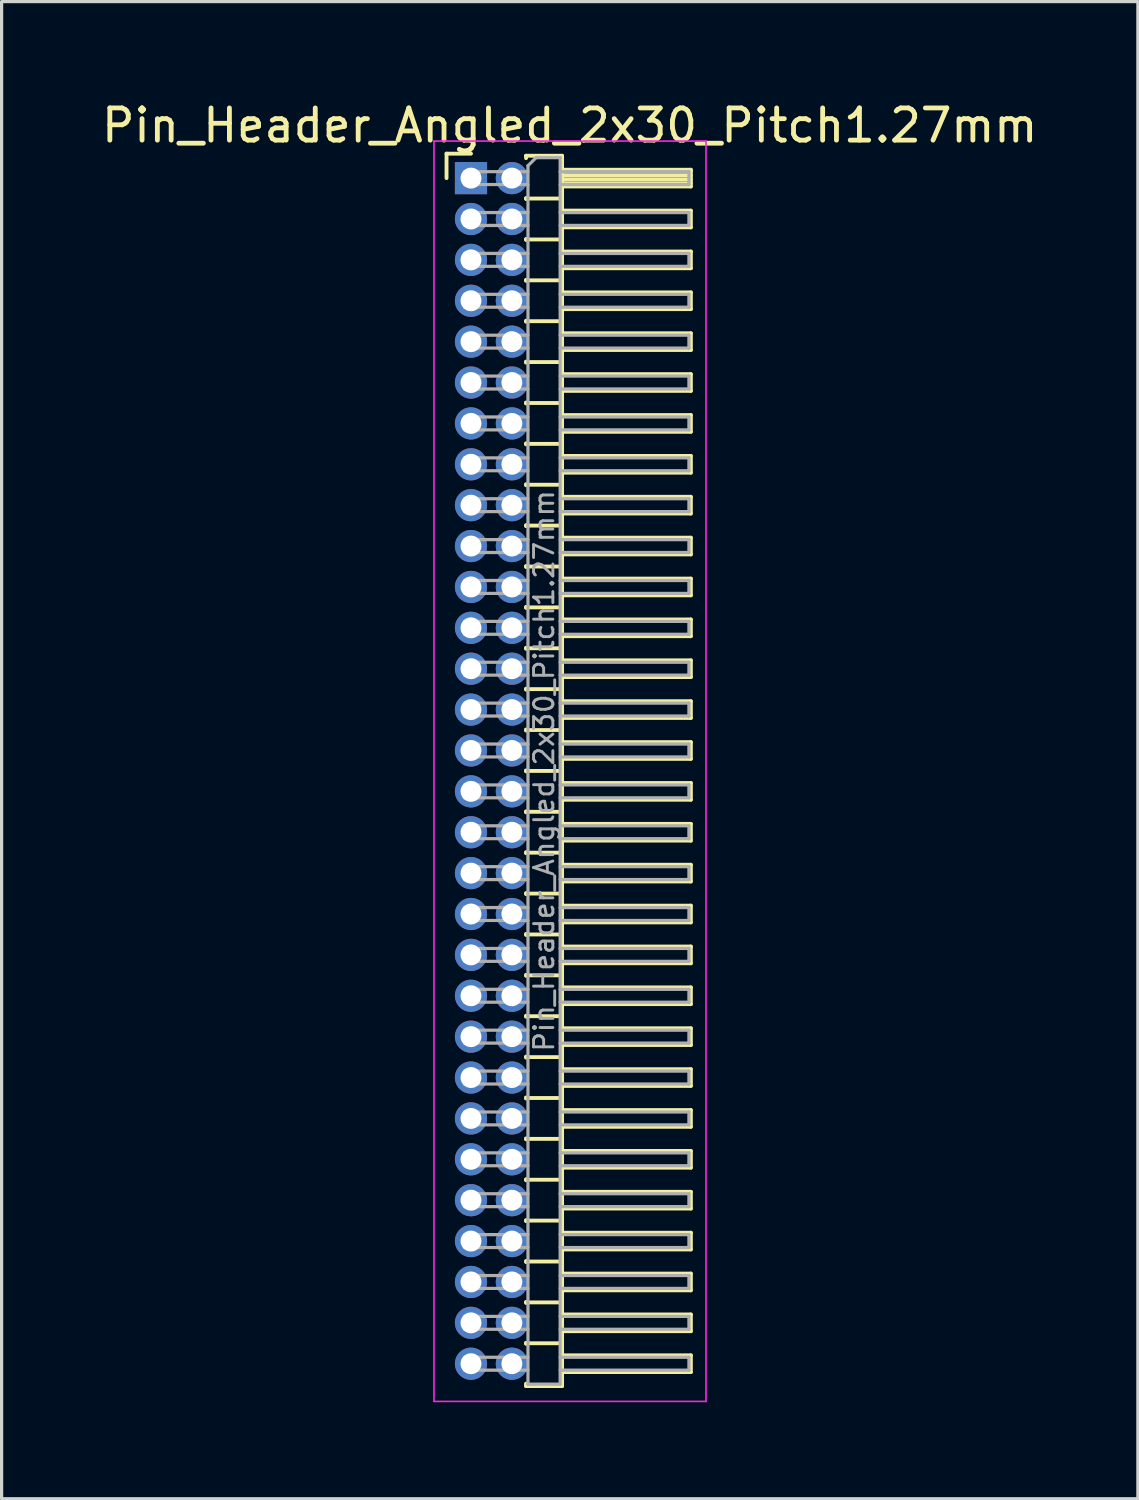
<source format=kicad_pcb>
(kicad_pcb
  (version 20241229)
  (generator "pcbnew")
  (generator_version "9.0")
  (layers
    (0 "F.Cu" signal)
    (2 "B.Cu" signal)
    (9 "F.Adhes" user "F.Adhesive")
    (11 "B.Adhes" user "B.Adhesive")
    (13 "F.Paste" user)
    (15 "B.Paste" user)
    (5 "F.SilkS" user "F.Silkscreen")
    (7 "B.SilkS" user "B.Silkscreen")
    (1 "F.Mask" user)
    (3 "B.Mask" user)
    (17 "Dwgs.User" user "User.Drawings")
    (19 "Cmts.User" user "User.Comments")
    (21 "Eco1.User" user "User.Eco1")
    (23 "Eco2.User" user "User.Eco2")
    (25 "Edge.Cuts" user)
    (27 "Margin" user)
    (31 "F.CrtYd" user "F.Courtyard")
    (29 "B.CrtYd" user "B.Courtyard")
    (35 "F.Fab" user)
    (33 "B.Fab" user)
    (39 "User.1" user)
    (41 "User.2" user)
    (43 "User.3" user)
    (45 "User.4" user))
  (footprint "Pin_Header_Angled_2x30_Pitch1.27mm"
    (layer "F.Cu")
    (at 11.581 2.483)
    (property "Reference" "Pin_Header_Angled_2x30_Pitch1.27mm" (at 3.067 -1.635 0) (layer "F.SilkS") (effects (font (size 1 1) (thickness 0.15))))
    (attr through_hole)
    (fp_line (start -0.76 -0.76) (end 0 -0.76) (stroke (width 0.12) (type solid)) (layer "F.SilkS"))
    (fp_line (start -0.76 0) (end -0.76 -0.76) (stroke (width 0.12) (type solid)) (layer "F.SilkS"))
    (fp_line (start 1.71 -0.695) (end 2.83 -0.695) (stroke (width 0.12) (type solid)) (layer "F.SilkS"))
    (fp_line (start 1.71 -0.62) (end 1.71 -0.695) (stroke (width 0.12) (type solid)) (layer "F.SilkS"))
    (fp_line (start 1.71 0.62) (end 1.71 0.65) (stroke (width 0.12) (type solid)) (layer "F.SilkS"))
    (fp_line (start 1.71 0.635) (end 2.83 0.635) (stroke (width 0.12) (type solid)) (layer "F.SilkS"))
    (fp_line (start 1.71 1.89) (end 1.71 1.92) (stroke (width 0.12) (type solid)) (layer "F.SilkS"))
    (fp_line (start 1.71 1.905) (end 2.83 1.905) (stroke (width 0.12) (type solid)) (layer "F.SilkS"))
    (fp_line (start 1.71 3.16) (end 1.71 3.19) (stroke (width 0.12) (type solid)) (layer "F.SilkS"))
    (fp_line (start 1.71 3.175) (end 2.83 3.175) (stroke (width 0.12) (type solid)) (layer "F.SilkS"))
    (fp_line (start 1.71 4.43) (end 1.71 4.46) (stroke (width 0.12) (type solid)) (layer "F.SilkS"))
    (fp_line (start 1.71 4.445) (end 2.83 4.445) (stroke (width 0.12) (type solid)) (layer "F.SilkS"))
    (fp_line (start 1.71 5.7) (end 1.71 5.73) (stroke (width 0.12) (type solid)) (layer "F.SilkS"))
    (fp_line (start 1.71 5.715) (end 2.83 5.715) (stroke (width 0.12) (type solid)) (layer "F.SilkS"))
    (fp_line (start 1.71 6.97) (end 1.71 7) (stroke (width 0.12) (type solid)) (layer "F.SilkS"))
    (fp_line (start 1.71 6.985) (end 2.83 6.985) (stroke (width 0.12) (type solid)) (layer "F.SilkS"))
    (fp_line (start 1.71 8.24) (end 1.71 8.27) (stroke (width 0.12) (type solid)) (layer "F.SilkS"))
    (fp_line (start 1.71 8.255) (end 2.83 8.255) (stroke (width 0.12) (type solid)) (layer "F.SilkS"))
    (fp_line (start 1.71 9.51) (end 1.71 9.54) (stroke (width 0.12) (type solid)) (layer "F.SilkS"))
    (fp_line (start 1.71 9.525) (end 2.83 9.525) (stroke (width 0.12) (type solid)) (layer "F.SilkS"))
    (fp_line (start 1.71 10.78) (end 1.71 10.81) (stroke (width 0.12) (type solid)) (layer "F.SilkS"))
    (fp_line (start 1.71 10.795) (end 2.83 10.795) (stroke (width 0.12) (type solid)) (layer "F.SilkS"))
    (fp_line (start 1.71 12.05) (end 1.71 12.08) (stroke (width 0.12) (type solid)) (layer "F.SilkS"))
    (fp_line (start 1.71 12.065) (end 2.83 12.065) (stroke (width 0.12) (type solid)) (layer "F.SilkS"))
    (fp_line (start 1.71 13.32) (end 1.71 13.35) (stroke (width 0.12) (type solid)) (layer "F.SilkS"))
    (fp_line (start 1.71 13.335) (end 2.83 13.335) (stroke (width 0.12) (type solid)) (layer "F.SilkS"))
    (fp_line (start 1.71 14.59) (end 1.71 14.62) (stroke (width 0.12) (type solid)) (layer "F.SilkS"))
    (fp_line (start 1.71 14.605) (end 2.83 14.605) (stroke (width 0.12) (type solid)) (layer "F.SilkS"))
    (fp_line (start 1.71 15.86) (end 1.71 15.89) (stroke (width 0.12) (type solid)) (layer "F.SilkS"))
    (fp_line (start 1.71 15.875) (end 2.83 15.875) (stroke (width 0.12) (type solid)) (layer "F.SilkS"))
    (fp_line (start 1.71 17.13) (end 1.71 17.16) (stroke (width 0.12) (type solid)) (layer "F.SilkS"))
    (fp_line (start 1.71 17.145) (end 2.83 17.145) (stroke (width 0.12) (type solid)) (layer "F.SilkS"))
    (fp_line (start 1.71 18.4) (end 1.71 18.43) (stroke (width 0.12) (type solid)) (layer "F.SilkS"))
    (fp_line (start 1.71 18.415) (end 2.83 18.415) (stroke (width 0.12) (type solid)) (layer "F.SilkS"))
    (fp_line (start 1.71 19.67) (end 1.71 19.7) (stroke (width 0.12) (type solid)) (layer "F.SilkS"))
    (fp_line (start 1.71 19.685) (end 2.83 19.685) (stroke (width 0.12) (type solid)) (layer "F.SilkS"))
    (fp_line (start 1.71 20.94) (end 1.71 20.97) (stroke (width 0.12) (type solid)) (layer "F.SilkS"))
    (fp_line (start 1.71 20.955) (end 2.83 20.955) (stroke (width 0.12) (type solid)) (layer "F.SilkS"))
    (fp_line (start 1.71 22.21) (end 1.71 22.24) (stroke (width 0.12) (type solid)) (layer "F.SilkS"))
    (fp_line (start 1.71 22.225) (end 2.83 22.225) (stroke (width 0.12) (type solid)) (layer "F.SilkS"))
    (fp_line (start 1.71 23.48) (end 1.71 23.51) (stroke (width 0.12) (type solid)) (layer "F.SilkS"))
    (fp_line (start 1.71 23.495) (end 2.83 23.495) (stroke (width 0.12) (type solid)) (layer "F.SilkS"))
    (fp_line (start 1.71 24.75) (end 1.71 24.78) (stroke (width 0.12) (type solid)) (layer "F.SilkS"))
    (fp_line (start 1.71 24.765) (end 2.83 24.765) (stroke (width 0.12) (type solid)) (layer "F.SilkS"))
    (fp_line (start 1.71 26.02) (end 1.71 26.05) (stroke (width 0.12) (type solid)) (layer "F.SilkS"))
    (fp_line (start 1.71 26.035) (end 2.83 26.035) (stroke (width 0.12) (type solid)) (layer "F.SilkS"))
    (fp_line (start 1.71 27.29) (end 1.71 27.32) (stroke (width 0.12) (type solid)) (layer "F.SilkS"))
    (fp_line (start 1.71 27.305) (end 2.83 27.305) (stroke (width 0.12) (type solid)) (layer "F.SilkS"))
    (fp_line (start 1.71 28.56) (end 1.71 28.59) (stroke (width 0.12) (type solid)) (layer "F.SilkS"))
    (fp_line (start 1.71 28.575) (end 2.83 28.575) (stroke (width 0.12) (type solid)) (layer "F.SilkS"))
    (fp_line (start 1.71 29.83) (end 1.71 29.86) (stroke (width 0.12) (type solid)) (layer "F.SilkS"))
    (fp_line (start 1.71 29.845) (end 2.83 29.845) (stroke (width 0.12) (type solid)) (layer "F.SilkS"))
    (fp_line (start 1.71 31.1) (end 1.71 31.13) (stroke (width 0.12) (type solid)) (layer "F.SilkS"))
    (fp_line (start 1.71 31.115) (end 2.83 31.115) (stroke (width 0.12) (type solid)) (layer "F.SilkS"))
    (fp_line (start 1.71 32.37) (end 1.71 32.4) (stroke (width 0.12) (type solid)) (layer "F.SilkS"))
    (fp_line (start 1.71 32.385) (end 2.83 32.385) (stroke (width 0.12) (type solid)) (layer "F.SilkS"))
    (fp_line (start 1.71 33.64) (end 1.71 33.67) (stroke (width 0.12) (type solid)) (layer "F.SilkS"))
    (fp_line (start 1.71 33.655) (end 2.83 33.655) (stroke (width 0.12) (type solid)) (layer "F.SilkS"))
    (fp_line (start 1.71 34.91) (end 1.71 34.94) (stroke (width 0.12) (type solid)) (layer "F.SilkS"))
    (fp_line (start 1.71 34.925) (end 2.83 34.925) (stroke (width 0.12) (type solid)) (layer "F.SilkS"))
    (fp_line (start 1.71 36.18) (end 1.71 36.21) (stroke (width 0.12) (type solid)) (layer "F.SilkS"))
    (fp_line (start 1.71 36.195) (end 2.83 36.195) (stroke (width 0.12) (type solid)) (layer "F.SilkS"))
    (fp_line (start 1.71 37.525) (end 1.71 37.45) (stroke (width 0.12) (type solid)) (layer "F.SilkS"))
    (fp_line (start 2.83 -0.695) (end 2.83 37.525) (stroke (width 0.12) (type solid)) (layer "F.SilkS"))
    (fp_line (start 2.83 -0.26) (end 6.83 -0.26) (stroke (width 0.12) (type solid)) (layer "F.SilkS"))
    (fp_line (start 2.83 -0.2) (end 6.83 -0.2) (stroke (width 0.12) (type solid)) (layer "F.SilkS"))
    (fp_line (start 2.83 -0.08) (end 6.83 -0.08) (stroke (width 0.12) (type solid)) (layer "F.SilkS"))
    (fp_line (start 2.83 0.04) (end 6.83 0.04) (stroke (width 0.12) (type solid)) (layer "F.SilkS"))
    (fp_line (start 2.83 0.16) (end 6.83 0.16) (stroke (width 0.12) (type solid)) (layer "F.SilkS"))
    (fp_line (start 2.83 1.01) (end 6.83 1.01) (stroke (width 0.12) (type solid)) (layer "F.SilkS"))
    (fp_line (start 2.83 2.28) (end 6.83 2.28) (stroke (width 0.12) (type solid)) (layer "F.SilkS"))
    (fp_line (start 2.83 3.55) (end 6.83 3.55) (stroke (width 0.12) (type solid)) (layer "F.SilkS"))
    (fp_line (start 2.83 4.82) (end 6.83 4.82) (stroke (width 0.12) (type solid)) (layer "F.SilkS"))
    (fp_line (start 2.83 6.09) (end 6.83 6.09) (stroke (width 0.12) (type solid)) (layer "F.SilkS"))
    (fp_line (start 2.83 7.36) (end 6.83 7.36) (stroke (width 0.12) (type solid)) (layer "F.SilkS"))
    (fp_line (start 2.83 8.63) (end 6.83 8.63) (stroke (width 0.12) (type solid)) (layer "F.SilkS"))
    (fp_line (start 2.83 9.9) (end 6.83 9.9) (stroke (width 0.12) (type solid)) (layer "F.SilkS"))
    (fp_line (start 2.83 11.17) (end 6.83 11.17) (stroke (width 0.12) (type solid)) (layer "F.SilkS"))
    (fp_line (start 2.83 12.44) (end 6.83 12.44) (stroke (width 0.12) (type solid)) (layer "F.SilkS"))
    (fp_line (start 2.83 13.71) (end 6.83 13.71) (stroke (width 0.12) (type solid)) (layer "F.SilkS"))
    (fp_line (start 2.83 14.98) (end 6.83 14.98) (stroke (width 0.12) (type solid)) (layer "F.SilkS"))
    (fp_line (start 2.83 16.25) (end 6.83 16.25) (stroke (width 0.12) (type solid)) (layer "F.SilkS"))
    (fp_line (start 2.83 17.52) (end 6.83 17.52) (stroke (width 0.12) (type solid)) (layer "F.SilkS"))
    (fp_line (start 2.83 18.79) (end 6.83 18.79) (stroke (width 0.12) (type solid)) (layer "F.SilkS"))
    (fp_line (start 2.83 20.06) (end 6.83 20.06) (stroke (width 0.12) (type solid)) (layer "F.SilkS"))
    (fp_line (start 2.83 21.33) (end 6.83 21.33) (stroke (width 0.12) (type solid)) (layer "F.SilkS"))
    (fp_line (start 2.83 22.6) (end 6.83 22.6) (stroke (width 0.12) (type solid)) (layer "F.SilkS"))
    (fp_line (start 2.83 23.87) (end 6.83 23.87) (stroke (width 0.12) (type solid)) (layer "F.SilkS"))
    (fp_line (start 2.83 25.14) (end 6.83 25.14) (stroke (width 0.12) (type solid)) (layer "F.SilkS"))
    (fp_line (start 2.83 26.41) (end 6.83 26.41) (stroke (width 0.12) (type solid)) (layer "F.SilkS"))
    (fp_line (start 2.83 27.68) (end 6.83 27.68) (stroke (width 0.12) (type solid)) (layer "F.SilkS"))
    (fp_line (start 2.83 28.95) (end 6.83 28.95) (stroke (width 0.12) (type solid)) (layer "F.SilkS"))
    (fp_line (start 2.83 30.22) (end 6.83 30.22) (stroke (width 0.12) (type solid)) (layer "F.SilkS"))
    (fp_line (start 2.83 31.49) (end 6.83 31.49) (stroke (width 0.12) (type solid)) (layer "F.SilkS"))
    (fp_line (start 2.83 32.76) (end 6.83 32.76) (stroke (width 0.12) (type solid)) (layer "F.SilkS"))
    (fp_line (start 2.83 34.03) (end 6.83 34.03) (stroke (width 0.12) (type solid)) (layer "F.SilkS"))
    (fp_line (start 2.83 35.3) (end 6.83 35.3) (stroke (width 0.12) (type solid)) (layer "F.SilkS"))
    (fp_line (start 2.83 36.57) (end 6.83 36.57) (stroke (width 0.12) (type solid)) (layer "F.SilkS"))
    (fp_line (start 2.83 37.525) (end 1.71 37.525) (stroke (width 0.12) (type solid)) (layer "F.SilkS"))
    (fp_line (start 6.83 -0.26) (end 6.83 0.26) (stroke (width 0.12) (type solid)) (layer "F.SilkS"))
    (fp_line (start 6.83 0.26) (end 2.83 0.26) (stroke (width 0.12) (type solid)) (layer "F.SilkS"))
    (fp_line (start 6.83 1.01) (end 6.83 1.53) (stroke (width 0.12) (type solid)) (layer "F.SilkS"))
    (fp_line (start 6.83 1.53) (end 2.83 1.53) (stroke (width 0.12) (type solid)) (layer "F.SilkS"))
    (fp_line (start 6.83 2.28) (end 6.83 2.8) (stroke (width 0.12) (type solid)) (layer "F.SilkS"))
    (fp_line (start 6.83 2.8) (end 2.83 2.8) (stroke (width 0.12) (type solid)) (layer "F.SilkS"))
    (fp_line (start 6.83 3.55) (end 6.83 4.07) (stroke (width 0.12) (type solid)) (layer "F.SilkS"))
    (fp_line (start 6.83 4.07) (end 2.83 4.07) (stroke (width 0.12) (type solid)) (layer "F.SilkS"))
    (fp_line (start 6.83 4.82) (end 6.83 5.34) (stroke (width 0.12) (type solid)) (layer "F.SilkS"))
    (fp_line (start 6.83 5.34) (end 2.83 5.34) (stroke (width 0.12) (type solid)) (layer "F.SilkS"))
    (fp_line (start 6.83 6.09) (end 6.83 6.61) (stroke (width 0.12) (type solid)) (layer "F.SilkS"))
    (fp_line (start 6.83 6.61) (end 2.83 6.61) (stroke (width 0.12) (type solid)) (layer "F.SilkS"))
    (fp_line (start 6.83 7.36) (end 6.83 7.88) (stroke (width 0.12) (type solid)) (layer "F.SilkS"))
    (fp_line (start 6.83 7.88) (end 2.83 7.88) (stroke (width 0.12) (type solid)) (layer "F.SilkS"))
    (fp_line (start 6.83 8.63) (end 6.83 9.15) (stroke (width 0.12) (type solid)) (layer "F.SilkS"))
    (fp_line (start 6.83 9.15) (end 2.83 9.15) (stroke (width 0.12) (type solid)) (layer "F.SilkS"))
    (fp_line (start 6.83 9.9) (end 6.83 10.42) (stroke (width 0.12) (type solid)) (layer "F.SilkS"))
    (fp_line (start 6.83 10.42) (end 2.83 10.42) (stroke (width 0.12) (type solid)) (layer "F.SilkS"))
    (fp_line (start 6.83 11.17) (end 6.83 11.69) (stroke (width 0.12) (type solid)) (layer "F.SilkS"))
    (fp_line (start 6.83 11.69) (end 2.83 11.69) (stroke (width 0.12) (type solid)) (layer "F.SilkS"))
    (fp_line (start 6.83 12.44) (end 6.83 12.96) (stroke (width 0.12) (type solid)) (layer "F.SilkS"))
    (fp_line (start 6.83 12.96) (end 2.83 12.96) (stroke (width 0.12) (type solid)) (layer "F.SilkS"))
    (fp_line (start 6.83 13.71) (end 6.83 14.23) (stroke (width 0.12) (type solid)) (layer "F.SilkS"))
    (fp_line (start 6.83 14.23) (end 2.83 14.23) (stroke (width 0.12) (type solid)) (layer "F.SilkS"))
    (fp_line (start 6.83 14.98) (end 6.83 15.5) (stroke (width 0.12) (type solid)) (layer "F.SilkS"))
    (fp_line (start 6.83 15.5) (end 2.83 15.5) (stroke (width 0.12) (type solid)) (layer "F.SilkS"))
    (fp_line (start 6.83 16.25) (end 6.83 16.77) (stroke (width 0.12) (type solid)) (layer "F.SilkS"))
    (fp_line (start 6.83 16.77) (end 2.83 16.77) (stroke (width 0.12) (type solid)) (layer "F.SilkS"))
    (fp_line (start 6.83 17.52) (end 6.83 18.04) (stroke (width 0.12) (type solid)) (layer "F.SilkS"))
    (fp_line (start 6.83 18.04) (end 2.83 18.04) (stroke (width 0.12) (type solid)) (layer "F.SilkS"))
    (fp_line (start 6.83 18.79) (end 6.83 19.31) (stroke (width 0.12) (type solid)) (layer "F.SilkS"))
    (fp_line (start 6.83 19.31) (end 2.83 19.31) (stroke (width 0.12) (type solid)) (layer "F.SilkS"))
    (fp_line (start 6.83 20.06) (end 6.83 20.58) (stroke (width 0.12) (type solid)) (layer "F.SilkS"))
    (fp_line (start 6.83 20.58) (end 2.83 20.58) (stroke (width 0.12) (type solid)) (layer "F.SilkS"))
    (fp_line (start 6.83 21.33) (end 6.83 21.85) (stroke (width 0.12) (type solid)) (layer "F.SilkS"))
    (fp_line (start 6.83 21.85) (end 2.83 21.85) (stroke (width 0.12) (type solid)) (layer "F.SilkS"))
    (fp_line (start 6.83 22.6) (end 6.83 23.12) (stroke (width 0.12) (type solid)) (layer "F.SilkS"))
    (fp_line (start 6.83 23.12) (end 2.83 23.12) (stroke (width 0.12) (type solid)) (layer "F.SilkS"))
    (fp_line (start 6.83 23.87) (end 6.83 24.39) (stroke (width 0.12) (type solid)) (layer "F.SilkS"))
    (fp_line (start 6.83 24.39) (end 2.83 24.39) (stroke (width 0.12) (type solid)) (layer "F.SilkS"))
    (fp_line (start 6.83 25.14) (end 6.83 25.66) (stroke (width 0.12) (type solid)) (layer "F.SilkS"))
    (fp_line (start 6.83 25.66) (end 2.83 25.66) (stroke (width 0.12) (type solid)) (layer "F.SilkS"))
    (fp_line (start 6.83 26.41) (end 6.83 26.93) (stroke (width 0.12) (type solid)) (layer "F.SilkS"))
    (fp_line (start 6.83 26.93) (end 2.83 26.93) (stroke (width 0.12) (type solid)) (layer "F.SilkS"))
    (fp_line (start 6.83 27.68) (end 6.83 28.2) (stroke (width 0.12) (type solid)) (layer "F.SilkS"))
    (fp_line (start 6.83 28.2) (end 2.83 28.2) (stroke (width 0.12) (type solid)) (layer "F.SilkS"))
    (fp_line (start 6.83 28.95) (end 6.83 29.47) (stroke (width 0.12) (type solid)) (layer "F.SilkS"))
    (fp_line (start 6.83 29.47) (end 2.83 29.47) (stroke (width 0.12) (type solid)) (layer "F.SilkS"))
    (fp_line (start 6.83 30.22) (end 6.83 30.74) (stroke (width 0.12) (type solid)) (layer "F.SilkS"))
    (fp_line (start 6.83 30.74) (end 2.83 30.74) (stroke (width 0.12) (type solid)) (layer "F.SilkS"))
    (fp_line (start 6.83 31.49) (end 6.83 32.01) (stroke (width 0.12) (type solid)) (layer "F.SilkS"))
    (fp_line (start 6.83 32.01) (end 2.83 32.01) (stroke (width 0.12) (type solid)) (layer "F.SilkS"))
    (fp_line (start 6.83 32.76) (end 6.83 33.28) (stroke (width 0.12) (type solid)) (layer "F.SilkS"))
    (fp_line (start 6.83 33.28) (end 2.83 33.28) (stroke (width 0.12) (type solid)) (layer "F.SilkS"))
    (fp_line (start 6.83 34.03) (end 6.83 34.55) (stroke (width 0.12) (type solid)) (layer "F.SilkS"))
    (fp_line (start 6.83 34.55) (end 2.83 34.55) (stroke (width 0.12) (type solid)) (layer "F.SilkS"))
    (fp_line (start 6.83 35.3) (end 6.83 35.82) (stroke (width 0.12) (type solid)) (layer "F.SilkS"))
    (fp_line (start 6.83 35.82) (end 2.83 35.82) (stroke (width 0.12) (type solid)) (layer "F.SilkS"))
    (fp_line (start 6.83 36.57) (end 6.83 37.09) (stroke (width 0.12) (type solid)) (layer "F.SilkS"))
    (fp_line (start 6.83 37.09) (end 2.83 37.09) (stroke (width 0.12) (type solid)) (layer "F.SilkS"))
    (fp_line (start -1.15 -1.15) (end -1.15 38) (stroke (width 0.05) (type solid)) (layer "F.CrtYd"))
    (fp_line (start -1.15 38) (end 7.3 38) (stroke (width 0.05) (type solid)) (layer "F.CrtYd"))
    (fp_line (start 7.3 -1.15) (end -1.15 -1.15) (stroke (width 0.05) (type solid)) (layer "F.CrtYd"))
    (fp_line (start 7.3 38) (end 7.3 -1.15) (stroke (width 0.05) (type solid)) (layer "F.CrtYd"))
    (fp_line (start -0.2 -0.2) (end -0.2 0.2) (stroke (width 0.1) (type solid)) (layer "F.Fab"))
    (fp_line (start -0.2 -0.2) (end 1.77 -0.2) (stroke (width 0.1) (type solid)) (layer "F.Fab"))
    (fp_line (start -0.2 0.2) (end 1.77 0.2) (stroke (width 0.1) (type solid)) (layer "F.Fab"))
    (fp_line (start -0.2 1.07) (end -0.2 1.47) (stroke (width 0.1) (type solid)) (layer "F.Fab"))
    (fp_line (start -0.2 1.07) (end 1.77 1.07) (stroke (width 0.1) (type solid)) (layer "F.Fab"))
    (fp_line (start -0.2 1.47) (end 1.77 1.47) (stroke (width 0.1) (type solid)) (layer "F.Fab"))
    (fp_line (start -0.2 2.34) (end -0.2 2.74) (stroke (width 0.1) (type solid)) (layer "F.Fab"))
    (fp_line (start -0.2 2.34) (end 1.77 2.34) (stroke (width 0.1) (type solid)) (layer "F.Fab"))
    (fp_line (start -0.2 2.74) (end 1.77 2.74) (stroke (width 0.1) (type solid)) (layer "F.Fab"))
    (fp_line (start -0.2 3.61) (end -0.2 4.01) (stroke (width 0.1) (type solid)) (layer "F.Fab"))
    (fp_line (start -0.2 3.61) (end 1.77 3.61) (stroke (width 0.1) (type solid)) (layer "F.Fab"))
    (fp_line (start -0.2 4.01) (end 1.77 4.01) (stroke (width 0.1) (type solid)) (layer "F.Fab"))
    (fp_line (start -0.2 4.88) (end -0.2 5.28) (stroke (width 0.1) (type solid)) (layer "F.Fab"))
    (fp_line (start -0.2 4.88) (end 1.77 4.88) (stroke (width 0.1) (type solid)) (layer "F.Fab"))
    (fp_line (start -0.2 5.28) (end 1.77 5.28) (stroke (width 0.1) (type solid)) (layer "F.Fab"))
    (fp_line (start -0.2 6.15) (end -0.2 6.55) (stroke (width 0.1) (type solid)) (layer "F.Fab"))
    (fp_line (start -0.2 6.15) (end 1.77 6.15) (stroke (width 0.1) (type solid)) (layer "F.Fab"))
    (fp_line (start -0.2 6.55) (end 1.77 6.55) (stroke (width 0.1) (type solid)) (layer "F.Fab"))
    (fp_line (start -0.2 7.42) (end -0.2 7.82) (stroke (width 0.1) (type solid)) (layer "F.Fab"))
    (fp_line (start -0.2 7.42) (end 1.77 7.42) (stroke (width 0.1) (type solid)) (layer "F.Fab"))
    (fp_line (start -0.2 7.82) (end 1.77 7.82) (stroke (width 0.1) (type solid)) (layer "F.Fab"))
    (fp_line (start -0.2 8.69) (end -0.2 9.09) (stroke (width 0.1) (type solid)) (layer "F.Fab"))
    (fp_line (start -0.2 8.69) (end 1.77 8.69) (stroke (width 0.1) (type solid)) (layer "F.Fab"))
    (fp_line (start -0.2 9.09) (end 1.77 9.09) (stroke (width 0.1) (type solid)) (layer "F.Fab"))
    (fp_line (start -0.2 9.96) (end -0.2 10.36) (stroke (width 0.1) (type solid)) (layer "F.Fab"))
    (fp_line (start -0.2 9.96) (end 1.77 9.96) (stroke (width 0.1) (type solid)) (layer "F.Fab"))
    (fp_line (start -0.2 10.36) (end 1.77 10.36) (stroke (width 0.1) (type solid)) (layer "F.Fab"))
    (fp_line (start -0.2 11.23) (end -0.2 11.63) (stroke (width 0.1) (type solid)) (layer "F.Fab"))
    (fp_line (start -0.2 11.23) (end 1.77 11.23) (stroke (width 0.1) (type solid)) (layer "F.Fab"))
    (fp_line (start -0.2 11.63) (end 1.77 11.63) (stroke (width 0.1) (type solid)) (layer "F.Fab"))
    (fp_line (start -0.2 12.5) (end -0.2 12.9) (stroke (width 0.1) (type solid)) (layer "F.Fab"))
    (fp_line (start -0.2 12.5) (end 1.77 12.5) (stroke (width 0.1) (type solid)) (layer "F.Fab"))
    (fp_line (start -0.2 12.9) (end 1.77 12.9) (stroke (width 0.1) (type solid)) (layer "F.Fab"))
    (fp_line (start -0.2 13.77) (end -0.2 14.17) (stroke (width 0.1) (type solid)) (layer "F.Fab"))
    (fp_line (start -0.2 13.77) (end 1.77 13.77) (stroke (width 0.1) (type solid)) (layer "F.Fab"))
    (fp_line (start -0.2 14.17) (end 1.77 14.17) (stroke (width 0.1) (type solid)) (layer "F.Fab"))
    (fp_line (start -0.2 15.04) (end -0.2 15.44) (stroke (width 0.1) (type solid)) (layer "F.Fab"))
    (fp_line (start -0.2 15.04) (end 1.77 15.04) (stroke (width 0.1) (type solid)) (layer "F.Fab"))
    (fp_line (start -0.2 15.44) (end 1.77 15.44) (stroke (width 0.1) (type solid)) (layer "F.Fab"))
    (fp_line (start -0.2 16.31) (end -0.2 16.71) (stroke (width 0.1) (type solid)) (layer "F.Fab"))
    (fp_line (start -0.2 16.31) (end 1.77 16.31) (stroke (width 0.1) (type solid)) (layer "F.Fab"))
    (fp_line (start -0.2 16.71) (end 1.77 16.71) (stroke (width 0.1) (type solid)) (layer "F.Fab"))
    (fp_line (start -0.2 17.58) (end -0.2 17.98) (stroke (width 0.1) (type solid)) (layer "F.Fab"))
    (fp_line (start -0.2 17.58) (end 1.77 17.58) (stroke (width 0.1) (type solid)) (layer "F.Fab"))
    (fp_line (start -0.2 17.98) (end 1.77 17.98) (stroke (width 0.1) (type solid)) (layer "F.Fab"))
    (fp_line (start -0.2 18.85) (end -0.2 19.25) (stroke (width 0.1) (type solid)) (layer "F.Fab"))
    (fp_line (start -0.2 18.85) (end 1.77 18.85) (stroke (width 0.1) (type solid)) (layer "F.Fab"))
    (fp_line (start -0.2 19.25) (end 1.77 19.25) (stroke (width 0.1) (type solid)) (layer "F.Fab"))
    (fp_line (start -0.2 20.12) (end -0.2 20.52) (stroke (width 0.1) (type solid)) (layer "F.Fab"))
    (fp_line (start -0.2 20.12) (end 1.77 20.12) (stroke (width 0.1) (type solid)) (layer "F.Fab"))
    (fp_line (start -0.2 20.52) (end 1.77 20.52) (stroke (width 0.1) (type solid)) (layer "F.Fab"))
    (fp_line (start -0.2 21.39) (end -0.2 21.79) (stroke (width 0.1) (type solid)) (layer "F.Fab"))
    (fp_line (start -0.2 21.39) (end 1.77 21.39) (stroke (width 0.1) (type solid)) (layer "F.Fab"))
    (fp_line (start -0.2 21.79) (end 1.77 21.79) (stroke (width 0.1) (type solid)) (layer "F.Fab"))
    (fp_line (start -0.2 22.66) (end -0.2 23.06) (stroke (width 0.1) (type solid)) (layer "F.Fab"))
    (fp_line (start -0.2 22.66) (end 1.77 22.66) (stroke (width 0.1) (type solid)) (layer "F.Fab"))
    (fp_line (start -0.2 23.06) (end 1.77 23.06) (stroke (width 0.1) (type solid)) (layer "F.Fab"))
    (fp_line (start -0.2 23.93) (end -0.2 24.33) (stroke (width 0.1) (type solid)) (layer "F.Fab"))
    (fp_line (start -0.2 23.93) (end 1.77 23.93) (stroke (width 0.1) (type solid)) (layer "F.Fab"))
    (fp_line (start -0.2 24.33) (end 1.77 24.33) (stroke (width 0.1) (type solid)) (layer "F.Fab"))
    (fp_line (start -0.2 25.2) (end -0.2 25.6) (stroke (width 0.1) (type solid)) (layer "F.Fab"))
    (fp_line (start -0.2 25.2) (end 1.77 25.2) (stroke (width 0.1) (type solid)) (layer "F.Fab"))
    (fp_line (start -0.2 25.6) (end 1.77 25.6) (stroke (width 0.1) (type solid)) (layer "F.Fab"))
    (fp_line (start -0.2 26.47) (end -0.2 26.87) (stroke (width 0.1) (type solid)) (layer "F.Fab"))
    (fp_line (start -0.2 26.47) (end 1.77 26.47) (stroke (width 0.1) (type solid)) (layer "F.Fab"))
    (fp_line (start -0.2 26.87) (end 1.77 26.87) (stroke (width 0.1) (type solid)) (layer "F.Fab"))
    (fp_line (start -0.2 27.74) (end -0.2 28.14) (stroke (width 0.1) (type solid)) (layer "F.Fab"))
    (fp_line (start -0.2 27.74) (end 1.77 27.74) (stroke (width 0.1) (type solid)) (layer "F.Fab"))
    (fp_line (start -0.2 28.14) (end 1.77 28.14) (stroke (width 0.1) (type solid)) (layer "F.Fab"))
    (fp_line (start -0.2 29.01) (end -0.2 29.41) (stroke (width 0.1) (type solid)) (layer "F.Fab"))
    (fp_line (start -0.2 29.01) (end 1.77 29.01) (stroke (width 0.1) (type solid)) (layer "F.Fab"))
    (fp_line (start -0.2 29.41) (end 1.77 29.41) (stroke (width 0.1) (type solid)) (layer "F.Fab"))
    (fp_line (start -0.2 30.28) (end -0.2 30.68) (stroke (width 0.1) (type solid)) (layer "F.Fab"))
    (fp_line (start -0.2 30.28) (end 1.77 30.28) (stroke (width 0.1) (type solid)) (layer "F.Fab"))
    (fp_line (start -0.2 30.68) (end 1.77 30.68) (stroke (width 0.1) (type solid)) (layer "F.Fab"))
    (fp_line (start -0.2 31.55) (end -0.2 31.95) (stroke (width 0.1) (type solid)) (layer "F.Fab"))
    (fp_line (start -0.2 31.55) (end 1.77 31.55) (stroke (width 0.1) (type solid)) (layer "F.Fab"))
    (fp_line (start -0.2 31.95) (end 1.77 31.95) (stroke (width 0.1) (type solid)) (layer "F.Fab"))
    (fp_line (start -0.2 32.82) (end -0.2 33.22) (stroke (width 0.1) (type solid)) (layer "F.Fab"))
    (fp_line (start -0.2 32.82) (end 1.77 32.82) (stroke (width 0.1) (type solid)) (layer "F.Fab"))
    (fp_line (start -0.2 33.22) (end 1.77 33.22) (stroke (width 0.1) (type solid)) (layer "F.Fab"))
    (fp_line (start -0.2 34.09) (end -0.2 34.49) (stroke (width 0.1) (type solid)) (layer "F.Fab"))
    (fp_line (start -0.2 34.09) (end 1.77 34.09) (stroke (width 0.1) (type solid)) (layer "F.Fab"))
    (fp_line (start -0.2 34.49) (end 1.77 34.49) (stroke (width 0.1) (type solid)) (layer "F.Fab"))
    (fp_line (start -0.2 35.36) (end -0.2 35.76) (stroke (width 0.1) (type solid)) (layer "F.Fab"))
    (fp_line (start -0.2 35.36) (end 1.77 35.36) (stroke (width 0.1) (type solid)) (layer "F.Fab"))
    (fp_line (start -0.2 35.76) (end 1.77 35.76) (stroke (width 0.1) (type solid)) (layer "F.Fab"))
    (fp_line (start -0.2 36.63) (end -0.2 37.03) (stroke (width 0.1) (type solid)) (layer "F.Fab"))
    (fp_line (start -0.2 36.63) (end 1.77 36.63) (stroke (width 0.1) (type solid)) (layer "F.Fab"))
    (fp_line (start -0.2 37.03) (end 1.77 37.03) (stroke (width 0.1) (type solid)) (layer "F.Fab"))
    (fp_line (start 1.77 -0.385) (end 2.02 -0.635) (stroke (width 0.1) (type solid)) (layer "F.Fab"))
    (fp_line (start 1.77 37.465) (end 1.77 -0.385) (stroke (width 0.1) (type solid)) (layer "F.Fab"))
    (fp_line (start 2.02 -0.635) (end 2.77 -0.635) (stroke (width 0.1) (type solid)) (layer "F.Fab"))
    (fp_line (start 2.77 -0.635) (end 2.77 37.465) (stroke (width 0.1) (type solid)) (layer "F.Fab"))
    (fp_line (start 2.77 -0.2) (end 6.77 -0.2) (stroke (width 0.1) (type solid)) (layer "F.Fab"))
    (fp_line (start 2.77 0.2) (end 6.77 0.2) (stroke (width 0.1) (type solid)) (layer "F.Fab"))
    (fp_line (start 2.77 1.07) (end 6.77 1.07) (stroke (width 0.1) (type solid)) (layer "F.Fab"))
    (fp_line (start 2.77 1.47) (end 6.77 1.47) (stroke (width 0.1) (type solid)) (layer "F.Fab"))
    (fp_line (start 2.77 2.34) (end 6.77 2.34) (stroke (width 0.1) (type solid)) (layer "F.Fab"))
    (fp_line (start 2.77 2.74) (end 6.77 2.74) (stroke (width 0.1) (type solid)) (layer "F.Fab"))
    (fp_line (start 2.77 3.61) (end 6.77 3.61) (stroke (width 0.1) (type solid)) (layer "F.Fab"))
    (fp_line (start 2.77 4.01) (end 6.77 4.01) (stroke (width 0.1) (type solid)) (layer "F.Fab"))
    (fp_line (start 2.77 4.88) (end 6.77 4.88) (stroke (width 0.1) (type solid)) (layer "F.Fab"))
    (fp_line (start 2.77 5.28) (end 6.77 5.28) (stroke (width 0.1) (type solid)) (layer "F.Fab"))
    (fp_line (start 2.77 6.15) (end 6.77 6.15) (stroke (width 0.1) (type solid)) (layer "F.Fab"))
    (fp_line (start 2.77 6.55) (end 6.77 6.55) (stroke (width 0.1) (type solid)) (layer "F.Fab"))
    (fp_line (start 2.77 7.42) (end 6.77 7.42) (stroke (width 0.1) (type solid)) (layer "F.Fab"))
    (fp_line (start 2.77 7.82) (end 6.77 7.82) (stroke (width 0.1) (type solid)) (layer "F.Fab"))
    (fp_line (start 2.77 8.69) (end 6.77 8.69) (stroke (width 0.1) (type solid)) (layer "F.Fab"))
    (fp_line (start 2.77 9.09) (end 6.77 9.09) (stroke (width 0.1) (type solid)) (layer "F.Fab"))
    (fp_line (start 2.77 9.96) (end 6.77 9.96) (stroke (width 0.1) (type solid)) (layer "F.Fab"))
    (fp_line (start 2.77 10.36) (end 6.77 10.36) (stroke (width 0.1) (type solid)) (layer "F.Fab"))
    (fp_line (start 2.77 11.23) (end 6.77 11.23) (stroke (width 0.1) (type solid)) (layer "F.Fab"))
    (fp_line (start 2.77 11.63) (end 6.77 11.63) (stroke (width 0.1) (type solid)) (layer "F.Fab"))
    (fp_line (start 2.77 12.5) (end 6.77 12.5) (stroke (width 0.1) (type solid)) (layer "F.Fab"))
    (fp_line (start 2.77 12.9) (end 6.77 12.9) (stroke (width 0.1) (type solid)) (layer "F.Fab"))
    (fp_line (start 2.77 13.77) (end 6.77 13.77) (stroke (width 0.1) (type solid)) (layer "F.Fab"))
    (fp_line (start 2.77 14.17) (end 6.77 14.17) (stroke (width 0.1) (type solid)) (layer "F.Fab"))
    (fp_line (start 2.77 15.04) (end 6.77 15.04) (stroke (width 0.1) (type solid)) (layer "F.Fab"))
    (fp_line (start 2.77 15.44) (end 6.77 15.44) (stroke (width 0.1) (type solid)) (layer "F.Fab"))
    (fp_line (start 2.77 16.31) (end 6.77 16.31) (stroke (width 0.1) (type solid)) (layer "F.Fab"))
    (fp_line (start 2.77 16.71) (end 6.77 16.71) (stroke (width 0.1) (type solid)) (layer "F.Fab"))
    (fp_line (start 2.77 17.58) (end 6.77 17.58) (stroke (width 0.1) (type solid)) (layer "F.Fab"))
    (fp_line (start 2.77 17.98) (end 6.77 17.98) (stroke (width 0.1) (type solid)) (layer "F.Fab"))
    (fp_line (start 2.77 18.85) (end 6.77 18.85) (stroke (width 0.1) (type solid)) (layer "F.Fab"))
    (fp_line (start 2.77 19.25) (end 6.77 19.25) (stroke (width 0.1) (type solid)) (layer "F.Fab"))
    (fp_line (start 2.77 20.12) (end 6.77 20.12) (stroke (width 0.1) (type solid)) (layer "F.Fab"))
    (fp_line (start 2.77 20.52) (end 6.77 20.52) (stroke (width 0.1) (type solid)) (layer "F.Fab"))
    (fp_line (start 2.77 21.39) (end 6.77 21.39) (stroke (width 0.1) (type solid)) (layer "F.Fab"))
    (fp_line (start 2.77 21.79) (end 6.77 21.79) (stroke (width 0.1) (type solid)) (layer "F.Fab"))
    (fp_line (start 2.77 22.66) (end 6.77 22.66) (stroke (width 0.1) (type solid)) (layer "F.Fab"))
    (fp_line (start 2.77 23.06) (end 6.77 23.06) (stroke (width 0.1) (type solid)) (layer "F.Fab"))
    (fp_line (start 2.77 23.93) (end 6.77 23.93) (stroke (width 0.1) (type solid)) (layer "F.Fab"))
    (fp_line (start 2.77 24.33) (end 6.77 24.33) (stroke (width 0.1) (type solid)) (layer "F.Fab"))
    (fp_line (start 2.77 25.2) (end 6.77 25.2) (stroke (width 0.1) (type solid)) (layer "F.Fab"))
    (fp_line (start 2.77 25.6) (end 6.77 25.6) (stroke (width 0.1) (type solid)) (layer "F.Fab"))
    (fp_line (start 2.77 26.47) (end 6.77 26.47) (stroke (width 0.1) (type solid)) (layer "F.Fab"))
    (fp_line (start 2.77 26.87) (end 6.77 26.87) (stroke (width 0.1) (type solid)) (layer "F.Fab"))
    (fp_line (start 2.77 27.74) (end 6.77 27.74) (stroke (width 0.1) (type solid)) (layer "F.Fab"))
    (fp_line (start 2.77 28.14) (end 6.77 28.14) (stroke (width 0.1) (type solid)) (layer "F.Fab"))
    (fp_line (start 2.77 29.01) (end 6.77 29.01) (stroke (width 0.1) (type solid)) (layer "F.Fab"))
    (fp_line (start 2.77 29.41) (end 6.77 29.41) (stroke (width 0.1) (type solid)) (layer "F.Fab"))
    (fp_line (start 2.77 30.28) (end 6.77 30.28) (stroke (width 0.1) (type solid)) (layer "F.Fab"))
    (fp_line (start 2.77 30.68) (end 6.77 30.68) (stroke (width 0.1) (type solid)) (layer "F.Fab"))
    (fp_line (start 2.77 31.55) (end 6.77 31.55) (stroke (width 0.1) (type solid)) (layer "F.Fab"))
    (fp_line (start 2.77 31.95) (end 6.77 31.95) (stroke (width 0.1) (type solid)) (layer "F.Fab"))
    (fp_line (start 2.77 32.82) (end 6.77 32.82) (stroke (width 0.1) (type solid)) (layer "F.Fab"))
    (fp_line (start 2.77 33.22) (end 6.77 33.22) (stroke (width 0.1) (type solid)) (layer "F.Fab"))
    (fp_line (start 2.77 34.09) (end 6.77 34.09) (stroke (width 0.1) (type solid)) (layer "F.Fab"))
    (fp_line (start 2.77 34.49) (end 6.77 34.49) (stroke (width 0.1) (type solid)) (layer "F.Fab"))
    (fp_line (start 2.77 35.36) (end 6.77 35.36) (stroke (width 0.1) (type solid)) (layer "F.Fab"))
    (fp_line (start 2.77 35.76) (end 6.77 35.76) (stroke (width 0.1) (type solid)) (layer "F.Fab"))
    (fp_line (start 2.77 36.63) (end 6.77 36.63) (stroke (width 0.1) (type solid)) (layer "F.Fab"))
    (fp_line (start 2.77 37.03) (end 6.77 37.03) (stroke (width 0.1) (type solid)) (layer "F.Fab"))
    (fp_line (start 2.77 37.465) (end 1.77 37.465) (stroke (width 0.1) (type solid)) (layer "F.Fab"))
    (fp_line (start 6.77 -0.2) (end 6.77 0.2) (stroke (width 0.1) (type solid)) (layer "F.Fab"))
    (fp_line (start 6.77 1.07) (end 6.77 1.47) (stroke (width 0.1) (type solid)) (layer "F.Fab"))
    (fp_line (start 6.77 2.34) (end 6.77 2.74) (stroke (width 0.1) (type solid)) (layer "F.Fab"))
    (fp_line (start 6.77 3.61) (end 6.77 4.01) (stroke (width 0.1) (type solid)) (layer "F.Fab"))
    (fp_line (start 6.77 4.88) (end 6.77 5.28) (stroke (width 0.1) (type solid)) (layer "F.Fab"))
    (fp_line (start 6.77 6.15) (end 6.77 6.55) (stroke (width 0.1) (type solid)) (layer "F.Fab"))
    (fp_line (start 6.77 7.42) (end 6.77 7.82) (stroke (width 0.1) (type solid)) (layer "F.Fab"))
    (fp_line (start 6.77 8.69) (end 6.77 9.09) (stroke (width 0.1) (type solid)) (layer "F.Fab"))
    (fp_line (start 6.77 9.96) (end 6.77 10.36) (stroke (width 0.1) (type solid)) (layer "F.Fab"))
    (fp_line (start 6.77 11.23) (end 6.77 11.63) (stroke (width 0.1) (type solid)) (layer "F.Fab"))
    (fp_line (start 6.77 12.5) (end 6.77 12.9) (stroke (width 0.1) (type solid)) (layer "F.Fab"))
    (fp_line (start 6.77 13.77) (end 6.77 14.17) (stroke (width 0.1) (type solid)) (layer "F.Fab"))
    (fp_line (start 6.77 15.04) (end 6.77 15.44) (stroke (width 0.1) (type solid)) (layer "F.Fab"))
    (fp_line (start 6.77 16.31) (end 6.77 16.71) (stroke (width 0.1) (type solid)) (layer "F.Fab"))
    (fp_line (start 6.77 17.58) (end 6.77 17.98) (stroke (width 0.1) (type solid)) (layer "F.Fab"))
    (fp_line (start 6.77 18.85) (end 6.77 19.25) (stroke (width 0.1) (type solid)) (layer "F.Fab"))
    (fp_line (start 6.77 20.12) (end 6.77 20.52) (stroke (width 0.1) (type solid)) (layer "F.Fab"))
    (fp_line (start 6.77 21.39) (end 6.77 21.79) (stroke (width 0.1) (type solid)) (layer "F.Fab"))
    (fp_line (start 6.77 22.66) (end 6.77 23.06) (stroke (width 0.1) (type solid)) (layer "F.Fab"))
    (fp_line (start 6.77 23.93) (end 6.77 24.33) (stroke (width 0.1) (type solid)) (layer "F.Fab"))
    (fp_line (start 6.77 25.2) (end 6.77 25.6) (stroke (width 0.1) (type solid)) (layer "F.Fab"))
    (fp_line (start 6.77 26.47) (end 6.77 26.87) (stroke (width 0.1) (type solid)) (layer "F.Fab"))
    (fp_line (start 6.77 27.74) (end 6.77 28.14) (stroke (width 0.1) (type solid)) (layer "F.Fab"))
    (fp_line (start 6.77 29.01) (end 6.77 29.41) (stroke (width 0.1) (type solid)) (layer "F.Fab"))
    (fp_line (start 6.77 30.28) (end 6.77 30.68) (stroke (width 0.1) (type solid)) (layer "F.Fab"))
    (fp_line (start 6.77 31.55) (end 6.77 31.95) (stroke (width 0.1) (type solid)) (layer "F.Fab"))
    (fp_line (start 6.77 32.82) (end 6.77 33.22) (stroke (width 0.1) (type solid)) (layer "F.Fab"))
    (fp_line (start 6.77 34.09) (end 6.77 34.49) (stroke (width 0.1) (type solid)) (layer "F.Fab"))
    (fp_line (start 6.77 35.36) (end 6.77 35.76) (stroke (width 0.1) (type solid)) (layer "F.Fab"))
    (fp_line (start 6.77 36.63) (end 6.77 37.03) (stroke (width 0.1) (type solid)) (layer "F.Fab"))
    (fp_text user "${REFERENCE}" (at 2.27 18.415 90) (layer "F.Fab") (effects (font (size 0.6 0.6) (thickness 0.09))))
    (pad "1" thru_hole rect (at 0 0) (size 1 1) (drill 0.65) (layers "*.Cu" "*.Mask"))
    (pad "2" thru_hole oval (at 1.27 0) (size 1 1) (drill 0.65) (layers "*.Cu" "*.Mask"))
    (pad "3" thru_hole oval (at 0 1.27) (size 1 1) (drill 0.65) (layers "*.Cu" "*.Mask"))
    (pad "4" thru_hole oval (at 1.27 1.27) (size 1 1) (drill 0.65) (layers "*.Cu" "*.Mask"))
    (pad "5" thru_hole oval (at 0 2.54) (size 1 1) (drill 0.65) (layers "*.Cu" "*.Mask"))
    (pad "6" thru_hole oval (at 1.27 2.54) (size 1 1) (drill 0.65) (layers "*.Cu" "*.Mask"))
    (pad "7" thru_hole oval (at 0 3.81) (size 1 1) (drill 0.65) (layers "*.Cu" "*.Mask"))
    (pad "8" thru_hole oval (at 1.27 3.81) (size 1 1) (drill 0.65) (layers "*.Cu" "*.Mask"))
    (pad "9" thru_hole oval (at 0 5.08) (size 1 1) (drill 0.65) (layers "*.Cu" "*.Mask"))
    (pad "10" thru_hole oval (at 1.27 5.08) (size 1 1) (drill 0.65) (layers "*.Cu" "*.Mask"))
    (pad "11" thru_hole oval (at 0 6.35) (size 1 1) (drill 0.65) (layers "*.Cu" "*.Mask"))
    (pad "12" thru_hole oval (at 1.27 6.35) (size 1 1) (drill 0.65) (layers "*.Cu" "*.Mask"))
    (pad "13" thru_hole oval (at 0 7.62) (size 1 1) (drill 0.65) (layers "*.Cu" "*.Mask"))
    (pad "14" thru_hole oval (at 1.27 7.62) (size 1 1) (drill 0.65) (layers "*.Cu" "*.Mask"))
    (pad "15" thru_hole oval (at 0 8.89) (size 1 1) (drill 0.65) (layers "*.Cu" "*.Mask"))
    (pad "16" thru_hole oval (at 1.27 8.89) (size 1 1) (drill 0.65) (layers "*.Cu" "*.Mask"))
    (pad "17" thru_hole oval (at 0 10.16) (size 1 1) (drill 0.65) (layers "*.Cu" "*.Mask"))
    (pad "18" thru_hole oval (at 1.27 10.16) (size 1 1) (drill 0.65) (layers "*.Cu" "*.Mask"))
    (pad "19" thru_hole oval (at 0 11.43) (size 1 1) (drill 0.65) (layers "*.Cu" "*.Mask"))
    (pad "20" thru_hole oval (at 1.27 11.43) (size 1 1) (drill 0.65) (layers "*.Cu" "*.Mask"))
    (pad "21" thru_hole oval (at 0 12.7) (size 1 1) (drill 0.65) (layers "*.Cu" "*.Mask"))
    (pad "22" thru_hole oval (at 1.27 12.7) (size 1 1) (drill 0.65) (layers "*.Cu" "*.Mask"))
    (pad "23" thru_hole oval (at 0 13.97) (size 1 1) (drill 0.65) (layers "*.Cu" "*.Mask"))
    (pad "24" thru_hole oval (at 1.27 13.97) (size 1 1) (drill 0.65) (layers "*.Cu" "*.Mask"))
    (pad "25" thru_hole oval (at 0 15.24) (size 1 1) (drill 0.65) (layers "*.Cu" "*.Mask"))
    (pad "26" thru_hole oval (at 1.27 15.24) (size 1 1) (drill 0.65) (layers "*.Cu" "*.Mask"))
    (pad "27" thru_hole oval (at 0 16.51) (size 1 1) (drill 0.65) (layers "*.Cu" "*.Mask"))
    (pad "28" thru_hole oval (at 1.27 16.51) (size 1 1) (drill 0.65) (layers "*.Cu" "*.Mask"))
    (pad "29" thru_hole oval (at 0 17.78) (size 1 1) (drill 0.65) (layers "*.Cu" "*.Mask"))
    (pad "30" thru_hole oval (at 1.27 17.78) (size 1 1) (drill 0.65) (layers "*.Cu" "*.Mask"))
    (pad "31" thru_hole oval (at 0 19.05) (size 1 1) (drill 0.65) (layers "*.Cu" "*.Mask"))
    (pad "32" thru_hole oval (at 1.27 19.05) (size 1 1) (drill 0.65) (layers "*.Cu" "*.Mask"))
    (pad "33" thru_hole oval (at 0 20.32) (size 1 1) (drill 0.65) (layers "*.Cu" "*.Mask"))
    (pad "34" thru_hole oval (at 1.27 20.32) (size 1 1) (drill 0.65) (layers "*.Cu" "*.Mask"))
    (pad "35" thru_hole oval (at 0 21.59) (size 1 1) (drill 0.65) (layers "*.Cu" "*.Mask"))
    (pad "36" thru_hole oval (at 1.27 21.59) (size 1 1) (drill 0.65) (layers "*.Cu" "*.Mask"))
    (pad "37" thru_hole oval (at 0 22.86) (size 1 1) (drill 0.65) (layers "*.Cu" "*.Mask"))
    (pad "38" thru_hole oval (at 1.27 22.86) (size 1 1) (drill 0.65) (layers "*.Cu" "*.Mask"))
    (pad "39" thru_hole oval (at 0 24.13) (size 1 1) (drill 0.65) (layers "*.Cu" "*.Mask"))
    (pad "40" thru_hole oval (at 1.27 24.13) (size 1 1) (drill 0.65) (layers "*.Cu" "*.Mask"))
    (pad "41" thru_hole oval (at 0 25.4) (size 1 1) (drill 0.65) (layers "*.Cu" "*.Mask"))
    (pad "42" thru_hole oval (at 1.27 25.4) (size 1 1) (drill 0.65) (layers "*.Cu" "*.Mask"))
    (pad "43" thru_hole oval (at 0 26.67) (size 1 1) (drill 0.65) (layers "*.Cu" "*.Mask"))
    (pad "44" thru_hole oval (at 1.27 26.67) (size 1 1) (drill 0.65) (layers "*.Cu" "*.Mask"))
    (pad "45" thru_hole oval (at 0 27.94) (size 1 1) (drill 0.65) (layers "*.Cu" "*.Mask"))
    (pad "46" thru_hole oval (at 1.27 27.94) (size 1 1) (drill 0.65) (layers "*.Cu" "*.Mask"))
    (pad "47" thru_hole oval (at 0 29.21) (size 1 1) (drill 0.65) (layers "*.Cu" "*.Mask"))
    (pad "48" thru_hole oval (at 1.27 29.21) (size 1 1) (drill 0.65) (layers "*.Cu" "*.Mask"))
    (pad "49" thru_hole oval (at 0 30.48) (size 1 1) (drill 0.65) (layers "*.Cu" "*.Mask"))
    (pad "50" thru_hole oval (at 1.27 30.48) (size 1 1) (drill 0.65) (layers "*.Cu" "*.Mask"))
    (pad "51" thru_hole oval (at 0 31.75) (size 1 1) (drill 0.65) (layers "*.Cu" "*.Mask"))
    (pad "52" thru_hole oval (at 1.27 31.75) (size 1 1) (drill 0.65) (layers "*.Cu" "*.Mask"))
    (pad "53" thru_hole oval (at 0 33.02) (size 1 1) (drill 0.65) (layers "*.Cu" "*.Mask"))
    (pad "54" thru_hole oval (at 1.27 33.02) (size 1 1) (drill 0.65) (layers "*.Cu" "*.Mask"))
    (pad "55" thru_hole oval (at 0 34.29) (size 1 1) (drill 0.65) (layers "*.Cu" "*.Mask"))
    (pad "56" thru_hole oval (at 1.27 34.29) (size 1 1) (drill 0.65) (layers "*.Cu" "*.Mask"))
    (pad "57" thru_hole oval (at 0 35.56) (size 1 1) (drill 0.65) (layers "*.Cu" "*.Mask"))
    (pad "58" thru_hole oval (at 1.27 35.56) (size 1 1) (drill 0.65) (layers "*.Cu" "*.Mask"))
    (pad "59" thru_hole oval (at 0 36.83) (size 1 1) (drill 0.65) (layers "*.Cu" "*.Mask"))
    (pad "60" thru_hole oval (at 1.27 36.83) (size 1 1) (drill 0.65) (layers "*.Cu" "*.Mask")))
  (gr_rect
    (start -3 -3)
    (end 32.298 43.508)
    (stroke (width 0.1) (type default))
    (fill no)
    (layer "Edge.Cuts")))
</source>
